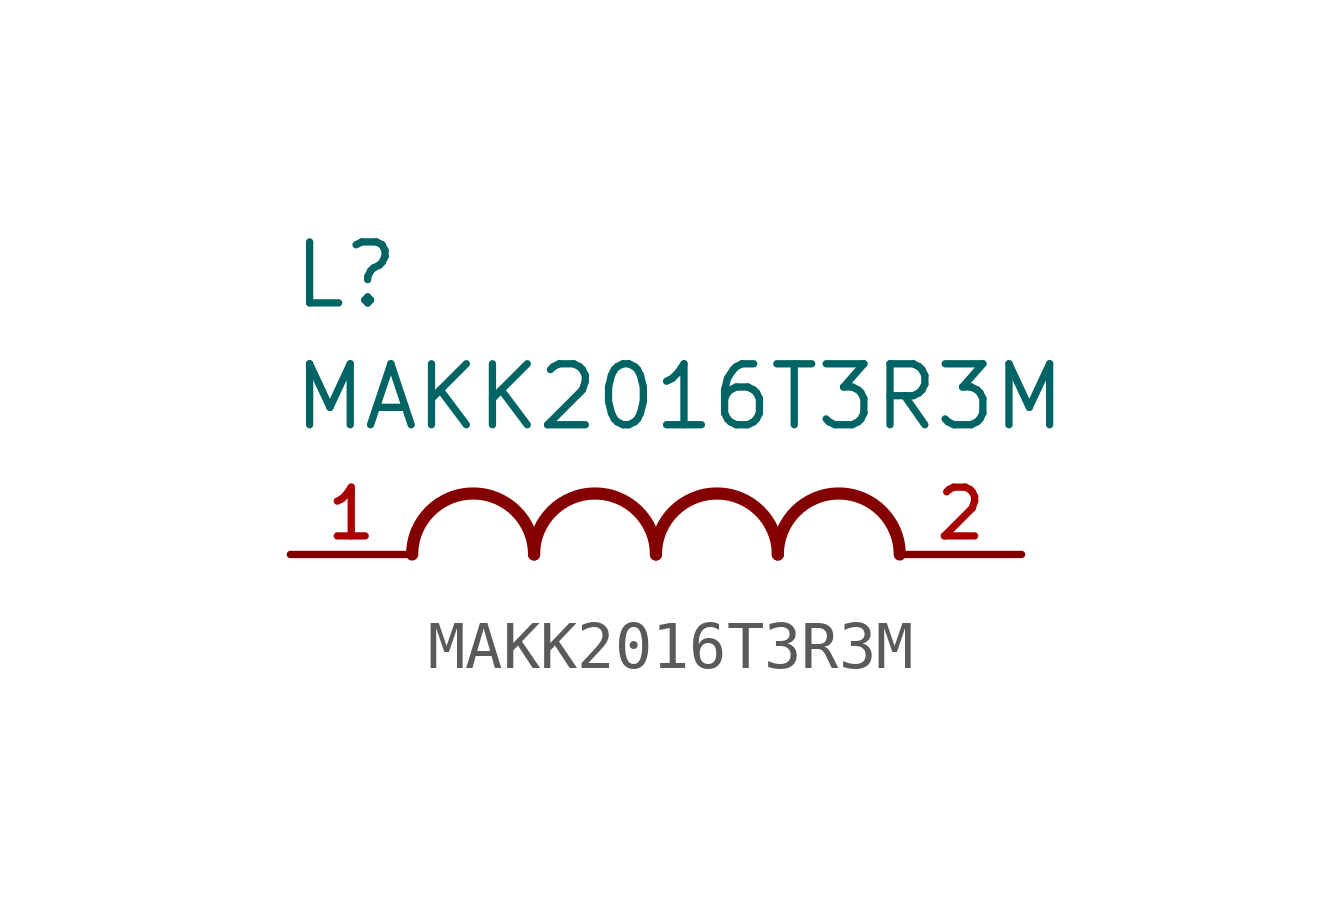
<source format=kicad_sym>
(kicad_symbol_lib
  (version 20220914)
  (generator kicad_symbol_editor)
  (symbol "MAKK2016T3R3M"
    (pin_names
      (offset 1.016))
    (property "Reference" "L"
      (at -7.62 5.08 0)
      (effects (font (size 1.27 1.27)) (justify left bottom)))
    (property "Value" "MAKK2016T3R3M"
      (at -7.62 2.54 0)
      (effects (font (size 1.27 1.27)) (justify left bottom)))
    (symbol "MAKK2016T3R3M_0_0"
      (arc (start -2.54 0) (mid -3.81 1.2645) (end -5.08 0) (stroke (width 0.254) (type default)) (fill (type none)))
      (arc (start 0 0) (mid -1.27 1.2645) (end -2.54 0) (stroke (width 0.254) (type default)) (fill (type none)))
      (arc (start 2.54 0) (mid 1.27 1.2645) (end 0 0) (stroke (width 0.254) (type default)) (fill (type none)))
      (arc (start 5.08 0) (mid 3.81 1.2645) (end 2.54 0) (stroke (width 0.254) (type default)) (fill (type none)))
      (pin passive line (at -7.62 0 0) (length 2.54) (name "~" (effects (font (size 1.016 1.016)))) (number "1" (effects (font (size 1.016 1.016)))))
      (pin passive line (at 7.62 0 180) (length 2.54) (name "~" (effects (font (size 1.016 1.016)))) (number "2" (effects (font (size 1.016 1.016))))))))
</source>
